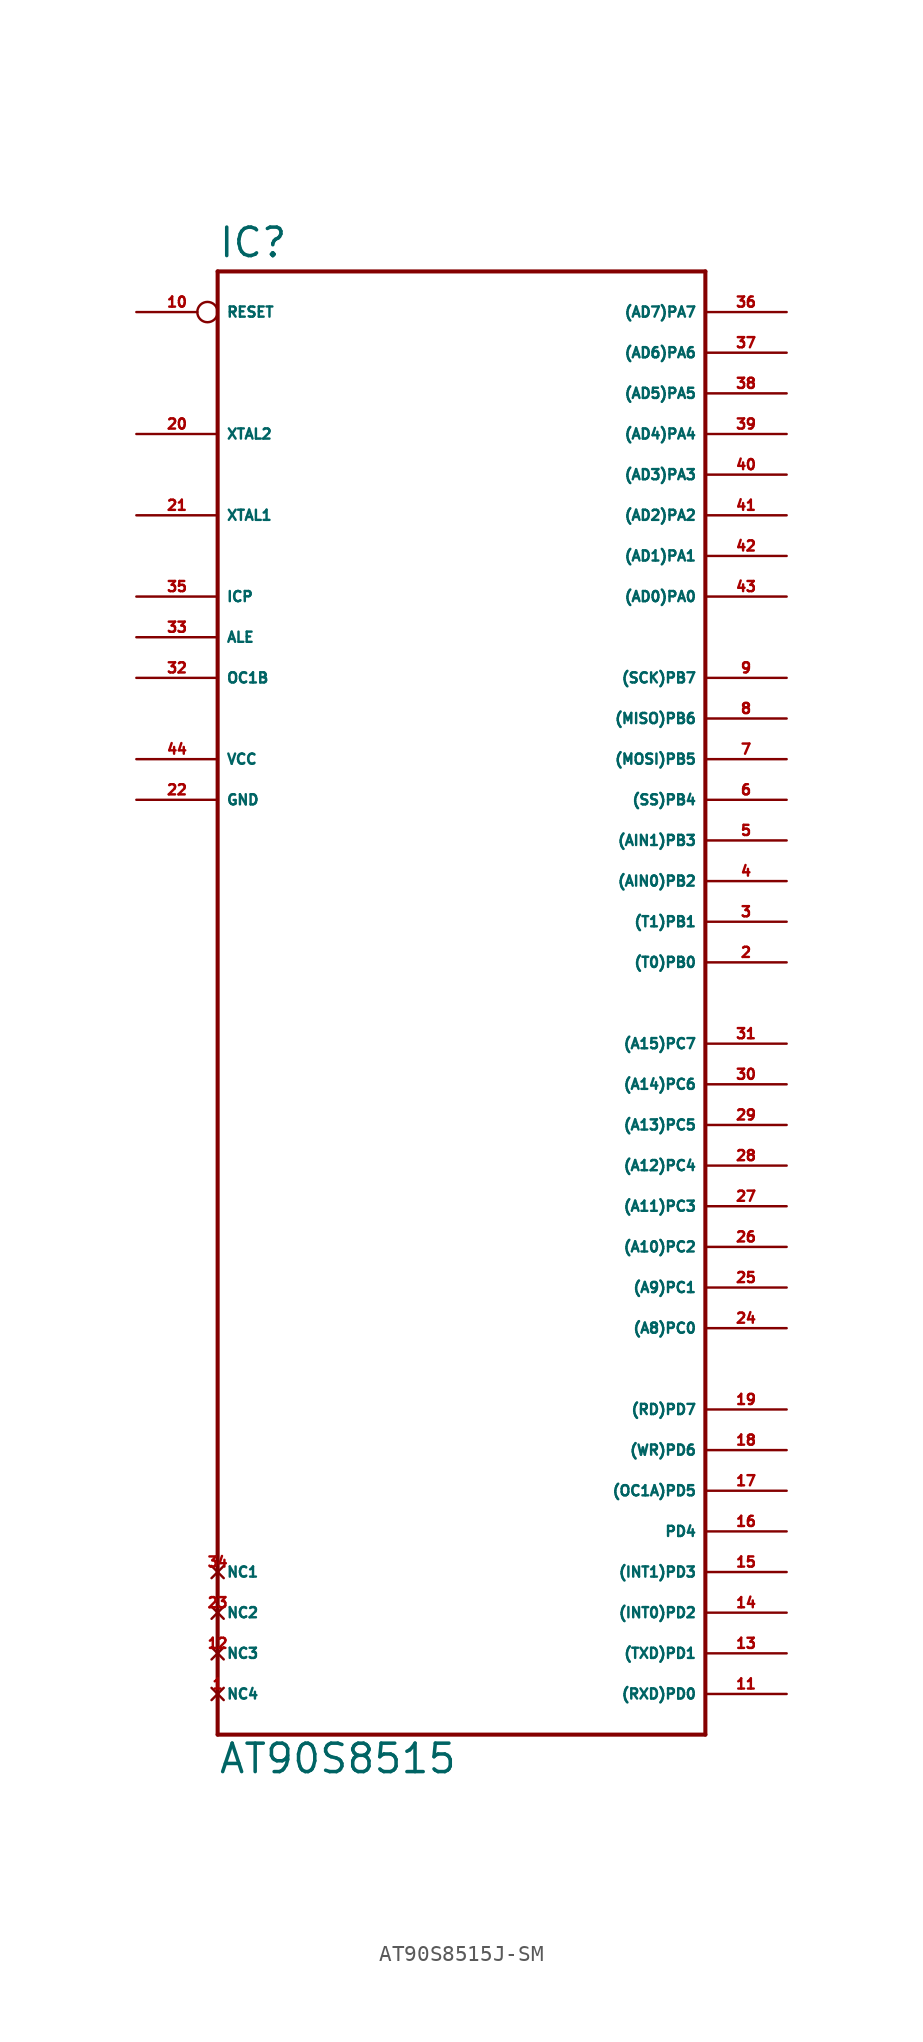
<source format=kicad_sym>
(kicad_symbol_lib
  (version 20220914)
  (generator Eagle2Kicad)
  (symbol "AT90S8515J-SM"
    (property "Reference" "IC"
      (at -15.24 36.322 0)
      (effects (font (size 1.778 1.778) (thickness 0.22)) (justify left bottom)))
    (property "Value" "AT90S8515"
      (at -15.24 -58.42 0)
      (effects (font (size 1.778 1.778) (thickness 0.22)) (justify left bottom)))
    (polyline
      (pts (xy -15.24 35.56) (xy 15.24 35.56))
      (stroke (width 0.254) (type default))
      (fill (type none)))
    (polyline
      (pts (xy 15.24 35.56) (xy 15.24 -55.88))
      (stroke (width 0.254) (type default))
      (fill (type none)))
    (polyline
      (pts (xy 15.24 -55.88) (xy -15.24 -55.88))
      (stroke (width 0.254) (type default))
      (fill (type none)))
    (polyline
      (pts (xy -15.24 -55.88) (xy -15.24 35.56))
      (stroke (width 0.254) (type default))
      (fill (type none)))
    (pin bidirectional line
      (at 20.32 33.02 180)
      (length 5.08)
      (name "(AD7)PA7" (effects (font (size 0.635 0.635) (thickness 0.08)) (justify left bottom)))
      (number "36" (effects (font (size 0.635 0.635) (thickness 0.08)) (justify left bottom))))
    (pin bidirectional line
      (at 20.32 30.48 180)
      (length 5.08)
      (name "(AD6)PA6" (effects (font (size 0.635 0.635) (thickness 0.08)) (justify left bottom)))
      (number "37" (effects (font (size 0.635 0.635) (thickness 0.08)) (justify left bottom))))
    (pin bidirectional line
      (at 20.32 27.94 180)
      (length 5.08)
      (name "(AD5)PA5" (effects (font (size 0.635 0.635) (thickness 0.08)) (justify left bottom)))
      (number "38" (effects (font (size 0.635 0.635) (thickness 0.08)) (justify left bottom))))
    (pin bidirectional line
      (at 20.32 25.4 180)
      (length 5.08)
      (name "(AD4)PA4" (effects (font (size 0.635 0.635) (thickness 0.08)) (justify left bottom)))
      (number "39" (effects (font (size 0.635 0.635) (thickness 0.08)) (justify left bottom))))
    (pin bidirectional line
      (at 20.32 22.86 180)
      (length 5.08)
      (name "(AD3)PA3" (effects (font (size 0.635 0.635) (thickness 0.08)) (justify left bottom)))
      (number "40" (effects (font (size 0.635 0.635) (thickness 0.08)) (justify left bottom))))
    (pin bidirectional line
      (at 20.32 20.32 180)
      (length 5.08)
      (name "(AD2)PA2" (effects (font (size 0.635 0.635) (thickness 0.08)) (justify left bottom)))
      (number "41" (effects (font (size 0.635 0.635) (thickness 0.08)) (justify left bottom))))
    (pin bidirectional line
      (at 20.32 17.78 180)
      (length 5.08)
      (name "(AD1)PA1" (effects (font (size 0.635 0.635) (thickness 0.08)) (justify left bottom)))
      (number "42" (effects (font (size 0.635 0.635) (thickness 0.08)) (justify left bottom))))
    (pin bidirectional line
      (at 20.32 15.24 180)
      (length 5.08)
      (name "(AD0)PA0" (effects (font (size 0.635 0.635) (thickness 0.08)) (justify left bottom)))
      (number "43" (effects (font (size 0.635 0.635) (thickness 0.08)) (justify left bottom))))
    (pin bidirectional line
      (at 20.32 10.16 180)
      (length 5.08)
      (name "(SCK)PB7" (effects (font (size 0.635 0.635) (thickness 0.08)) (justify left bottom)))
      (number "9" (effects (font (size 0.635 0.635) (thickness 0.08)) (justify left bottom))))
    (pin bidirectional line
      (at 20.32 7.62 180)
      (length 5.08)
      (name "(MISO)PB6" (effects (font (size 0.635 0.635) (thickness 0.08)) (justify left bottom)))
      (number "8" (effects (font (size 0.635 0.635) (thickness 0.08)) (justify left bottom))))
    (pin bidirectional line
      (at 20.32 5.08 180)
      (length 5.08)
      (name "(MOSI)PB5" (effects (font (size 0.635 0.635) (thickness 0.08)) (justify left bottom)))
      (number "7" (effects (font (size 0.635 0.635) (thickness 0.08)) (justify left bottom))))
    (pin bidirectional line
      (at 20.32 2.54 180)
      (length 5.08)
      (name "(SS)PB4" (effects (font (size 0.635 0.635) (thickness 0.08)) (justify left bottom)))
      (number "6" (effects (font (size 0.635 0.635) (thickness 0.08)) (justify left bottom))))
    (pin bidirectional line
      (at 20.32 0 180)
      (length 5.08)
      (name "(AIN1)PB3" (effects (font (size 0.635 0.635) (thickness 0.08)) (justify left bottom)))
      (number "5" (effects (font (size 0.635 0.635) (thickness 0.08)) (justify left bottom))))
    (pin bidirectional line
      (at 20.32 -2.54 180)
      (length 5.08)
      (name "(AIN0)PB2" (effects (font (size 0.635 0.635) (thickness 0.08)) (justify left bottom)))
      (number "4" (effects (font (size 0.635 0.635) (thickness 0.08)) (justify left bottom))))
    (pin bidirectional line
      (at 20.32 -5.08 180)
      (length 5.08)
      (name "(T1)PB1" (effects (font (size 0.635 0.635) (thickness 0.08)) (justify left bottom)))
      (number "3" (effects (font (size 0.635 0.635) (thickness 0.08)) (justify left bottom))))
    (pin bidirectional line
      (at 20.32 -7.62 180)
      (length 5.08)
      (name "(T0)PB0" (effects (font (size 0.635 0.635) (thickness 0.08)) (justify left bottom)))
      (number "2" (effects (font (size 0.635 0.635) (thickness 0.08)) (justify left bottom))))
    (pin bidirectional line
      (at 20.32 -12.7 180)
      (length 5.08)
      (name "(A15)PC7" (effects (font (size 0.635 0.635) (thickness 0.08)) (justify left bottom)))
      (number "31" (effects (font (size 0.635 0.635) (thickness 0.08)) (justify left bottom))))
    (pin bidirectional line
      (at 20.32 -15.24 180)
      (length 5.08)
      (name "(A14)PC6" (effects (font (size 0.635 0.635) (thickness 0.08)) (justify left bottom)))
      (number "30" (effects (font (size 0.635 0.635) (thickness 0.08)) (justify left bottom))))
    (pin bidirectional line
      (at 20.32 -17.78 180)
      (length 5.08)
      (name "(A13)PC5" (effects (font (size 0.635 0.635) (thickness 0.08)) (justify left bottom)))
      (number "29" (effects (font (size 0.635 0.635) (thickness 0.08)) (justify left bottom))))
    (pin bidirectional line
      (at 20.32 -20.32 180)
      (length 5.08)
      (name "(A12)PC4" (effects (font (size 0.635 0.635) (thickness 0.08)) (justify left bottom)))
      (number "28" (effects (font (size 0.635 0.635) (thickness 0.08)) (justify left bottom))))
    (pin bidirectional line
      (at 20.32 -22.86 180)
      (length 5.08)
      (name "(A11)PC3" (effects (font (size 0.635 0.635) (thickness 0.08)) (justify left bottom)))
      (number "27" (effects (font (size 0.635 0.635) (thickness 0.08)) (justify left bottom))))
    (pin bidirectional line
      (at 20.32 -25.4 180)
      (length 5.08)
      (name "(A10)PC2" (effects (font (size 0.635 0.635) (thickness 0.08)) (justify left bottom)))
      (number "26" (effects (font (size 0.635 0.635) (thickness 0.08)) (justify left bottom))))
    (pin bidirectional line
      (at 20.32 -27.94 180)
      (length 5.08)
      (name "(A9)PC1" (effects (font (size 0.635 0.635) (thickness 0.08)) (justify left bottom)))
      (number "25" (effects (font (size 0.635 0.635) (thickness 0.08)) (justify left bottom))))
    (pin bidirectional line
      (at 20.32 -30.48 180)
      (length 5.08)
      (name "(A8)PC0" (effects (font (size 0.635 0.635) (thickness 0.08)) (justify left bottom)))
      (number "24" (effects (font (size 0.635 0.635) (thickness 0.08)) (justify left bottom))))
    (pin bidirectional line
      (at -20.32 10.16 0)
      (length 5.08)
      (name "OC1B" (effects (font (size 0.635 0.635) (thickness 0.08)) (justify left bottom)))
      (number "32" (effects (font (size 0.635 0.635) (thickness 0.08)) (justify left bottom))))
    (pin bidirectional line
      (at -20.32 12.7 0)
      (length 5.08)
      (name "ALE" (effects (font (size 0.635 0.635) (thickness 0.08)) (justify left bottom)))
      (number "33" (effects (font (size 0.635 0.635) (thickness 0.08)) (justify left bottom))))
    (pin bidirectional line
      (at -20.32 15.24 0)
      (length 5.08)
      (name "ICP" (effects (font (size 0.635 0.635) (thickness 0.08)) (justify left bottom)))
      (number "35" (effects (font (size 0.635 0.635) (thickness 0.08)) (justify left bottom))))
    (pin bidirectional line
      (at -20.32 20.32 0)
      (length 5.08)
      (name "XTAL1" (effects (font (size 0.635 0.635) (thickness 0.08)) (justify left bottom)))
      (number "21" (effects (font (size 0.635 0.635) (thickness 0.08)) (justify left bottom))))
    (pin bidirectional line
      (at -20.32 25.4 0)
      (length 5.08)
      (name "XTAL2" (effects (font (size 0.635 0.635) (thickness 0.08)) (justify left bottom)))
      (number "20" (effects (font (size 0.635 0.635) (thickness 0.08)) (justify left bottom))))
    (pin unspecified line
      (at -20.32 5.08 0)
      (length 5.08)
      (name "VCC" (effects (font (size 0.635 0.635) (thickness 0.08)) (justify left bottom)))
      (number "44" (effects (font (size 0.635 0.635) (thickness 0.08)) (justify left bottom))))
    (pin unspecified line
      (at -20.32 2.54 0)
      (length 5.08)
      (name "GND" (effects (font (size 0.635 0.635) (thickness 0.08)) (justify left bottom)))
      (number "22" (effects (font (size 0.635 0.635) (thickness 0.08)) (justify left bottom))))
    (pin input inverted
      (at -20.32 33.02 0)
      (length 5.08)
      (name "RESET" (effects (font (size 0.635 0.635) (thickness 0.08)) (justify left bottom)))
      (number "10" (effects (font (size 0.635 0.635) (thickness 0.08)) (justify left bottom))))
    (pin bidirectional line
      (at 20.32 -53.34 180)
      (length 5.08)
      (name "(RXD)PD0" (effects (font (size 0.635 0.635) (thickness 0.08)) (justify left bottom)))
      (number "11" (effects (font (size 0.635 0.635) (thickness 0.08)) (justify left bottom))))
    (pin bidirectional line
      (at 20.32 -50.8 180)
      (length 5.08)
      (name "(TXD)PD1" (effects (font (size 0.635 0.635) (thickness 0.08)) (justify left bottom)))
      (number "13" (effects (font (size 0.635 0.635) (thickness 0.08)) (justify left bottom))))
    (pin bidirectional line
      (at 20.32 -48.26 180)
      (length 5.08)
      (name "(INT0)PD2" (effects (font (size 0.635 0.635) (thickness 0.08)) (justify left bottom)))
      (number "14" (effects (font (size 0.635 0.635) (thickness 0.08)) (justify left bottom))))
    (pin bidirectional line
      (at 20.32 -45.72 180)
      (length 5.08)
      (name "(INT1)PD3" (effects (font (size 0.635 0.635) (thickness 0.08)) (justify left bottom)))
      (number "15" (effects (font (size 0.635 0.635) (thickness 0.08)) (justify left bottom))))
    (pin bidirectional line
      (at 20.32 -43.18 180)
      (length 5.08)
      (name "PD4" (effects (font (size 0.635 0.635) (thickness 0.08)) (justify left bottom)))
      (number "16" (effects (font (size 0.635 0.635) (thickness 0.08)) (justify left bottom))))
    (pin bidirectional line
      (at 20.32 -40.64 180)
      (length 5.08)
      (name "(OC1A)PD5" (effects (font (size 0.635 0.635) (thickness 0.08)) (justify left bottom)))
      (number "17" (effects (font (size 0.635 0.635) (thickness 0.08)) (justify left bottom))))
    (pin bidirectional line
      (at 20.32 -38.1 180)
      (length 5.08)
      (name "(WR)PD6" (effects (font (size 0.635 0.635) (thickness 0.08)) (justify left bottom)))
      (number "18" (effects (font (size 0.635 0.635) (thickness 0.08)) (justify left bottom))))
    (pin bidirectional line
      (at 20.32 -35.56 180)
      (length 5.08)
      (name "(RD)PD7" (effects (font (size 0.635 0.635) (thickness 0.08)) (justify left bottom)))
      (number "19" (effects (font (size 0.635 0.635) (thickness 0.08)) (justify left bottom))))
    (pin no_connect line
      (at -15.24 -45.72 0)
      (length 0)
      (name "NC1" (effects (font (size 0.635 0.635) (thickness 0.08)) (justify left bottom) hide))
      (number "34" (effects (font (size 0.635 0.635) (thickness 0.08)) (justify left bottom) hide)))
    (pin no_connect line
      (at -15.24 -48.26 0)
      (length 0)
      (name "NC2" (effects (font (size 0.635 0.635) (thickness 0.08)) (justify left bottom) hide))
      (number "23" (effects (font (size 0.635 0.635) (thickness 0.08)) (justify left bottom) hide)))
    (pin no_connect line
      (at -15.24 -50.8 0)
      (length 0)
      (name "NC3" (effects (font (size 0.635 0.635) (thickness 0.08)) (justify left bottom) hide))
      (number "12" (effects (font (size 0.635 0.635) (thickness 0.08)) (justify left bottom) hide)))
    (pin no_connect line
      (at -15.24 -53.34 0)
      (length 0)
      (name "NC4" (effects (font (size 0.635 0.635) (thickness 0.08)) (justify left bottom) hide))
      (number "1" (effects (font (size 0.635 0.635) (thickness 0.08)) (justify left bottom) hide)))))
</source>
